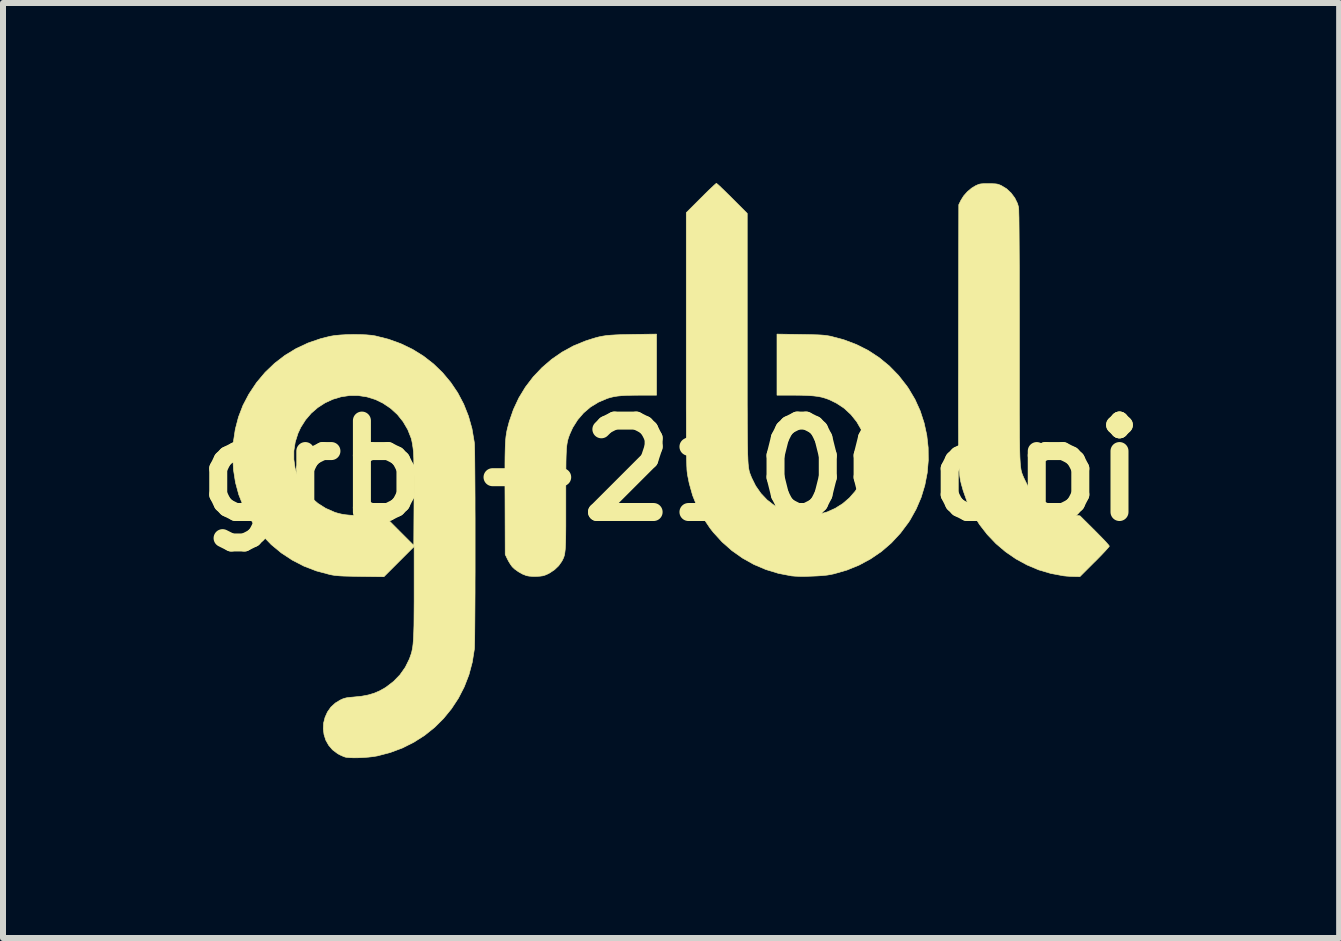
<source format=kicad_pcb>
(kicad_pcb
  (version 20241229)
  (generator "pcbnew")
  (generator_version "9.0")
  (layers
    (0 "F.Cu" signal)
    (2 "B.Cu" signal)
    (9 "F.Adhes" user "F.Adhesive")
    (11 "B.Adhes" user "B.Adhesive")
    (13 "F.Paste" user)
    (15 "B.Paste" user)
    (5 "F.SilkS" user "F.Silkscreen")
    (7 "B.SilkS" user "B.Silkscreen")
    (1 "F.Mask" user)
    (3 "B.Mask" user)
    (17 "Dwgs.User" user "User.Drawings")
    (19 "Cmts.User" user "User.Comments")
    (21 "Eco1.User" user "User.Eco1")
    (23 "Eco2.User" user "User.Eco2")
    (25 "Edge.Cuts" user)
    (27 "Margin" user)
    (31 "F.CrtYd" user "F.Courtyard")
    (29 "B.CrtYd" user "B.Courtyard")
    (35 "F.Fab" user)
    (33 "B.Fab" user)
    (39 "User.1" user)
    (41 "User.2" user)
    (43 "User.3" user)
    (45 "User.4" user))
  (footprint "grbl-2100dpi"
    (layer "F.Cu")
    (at 8.135 4.795)
    (property "Reference" "grbl-2100dpi" (at 0 0 0) (layer "F.SilkS") (effects (font (size 1.524 1.524) (thickness 0.3))))
    (attr through_hole)
    (fp_poly (pts (xy -0.242 -1.258) (xy -0.519 -1.258) (xy -0.64 -1.257) (xy -0.74 -1.255) (xy -0.823 -1.25) (xy -0.894 -1.243) (xy -0.955 -1.233) (xy -1.011 -1.22) (xy -1.066 -1.203) (xy -1.211 -1.141) (xy -1.342 -1.061) (xy -1.458 -0.962) (xy -1.557 -0.847) (xy -1.639 -0.717) (xy -1.682 -0.622) (xy -1.696 -0.588) (xy -1.707 -0.557) (xy -1.717 -0.526) (xy -1.725 -0.494) (xy -1.732 -0.458) (xy -1.738 -0.417) (xy -1.743 -0.369) (xy -1.746 -0.311) (xy -1.749 -0.243) (xy -1.751 -0.161) (xy -1.752 -0.065) (xy -1.753 0.048) (xy -1.754 0.18) (xy -1.754 0.332) (xy -1.754 0.482) (xy -1.754 0.652) (xy -1.754 0.799) (xy -1.754 0.925) (xy -1.755 1.033) (xy -1.756 1.125) (xy -1.758 1.201) (xy -1.761 1.264) (xy -1.764 1.315) (xy -1.769 1.357) (xy -1.774 1.392) (xy -1.781 1.421) (xy -1.789 1.446) (xy -1.799 1.468) (xy -1.81 1.491) (xy -1.823 1.514) (xy -1.873 1.585) (xy -1.941 1.65) (xy -2.021 1.704) (xy -2.053 1.721) (xy -2.099 1.741) (xy -2.14 1.753) (xy -2.185 1.759) (xy -2.244 1.762) (xy -2.308 1.762) (xy -2.366 1.758) (xy -2.409 1.75) (xy -2.475 1.724) (xy -2.544 1.685) (xy -2.607 1.64) (xy -2.646 1.603) (xy -2.674 1.565) (xy -2.704 1.517) (xy -2.726 1.476) (xy -2.764 1.397) (xy -2.767 0.478) (xy -2.768 0.296) (xy -2.768 0.136) (xy -2.768 -0.003) (xy -2.768 -0.124) (xy -2.767 -0.229) (xy -2.765 -0.319) (xy -2.763 -0.396) (xy -2.76 -0.462) (xy -2.756 -0.52) (xy -2.751 -0.57) (xy -2.744 -0.616) (xy -2.737 -0.658) (xy -2.728 -0.699) (xy -2.717 -0.741) (xy -2.705 -0.786) (xy -2.697 -0.817) (xy -2.627 -1.019) (xy -2.537 -1.212) (xy -2.427 -1.393) (xy -2.298 -1.562) (xy -2.152 -1.716) (xy -1.991 -1.855) (xy -1.816 -1.976) (xy -1.628 -2.079) (xy -1.429 -2.161) (xy -1.401 -2.17) (xy -1.327 -2.194) (xy -1.261 -2.214) (xy -1.2 -2.23) (xy -1.139 -2.242) (xy -1.075 -2.252) (xy -1.004 -2.258) (xy -0.923 -2.263) (xy -0.828 -2.267) (xy -0.714 -2.269) (xy -0.638 -2.271) (xy -0.242 -2.276) (xy -0.242 -1.258)) (stroke (width 0.01) (type solid)) (fill yes) (layer "F.SilkS"))
    (fp_poly (pts (xy 5.355 -4.783) (xy 5.401 -4.781) (xy 5.436 -4.777) (xy 5.465 -4.768) (xy 5.496 -4.756) (xy 5.506 -4.751) (xy 5.592 -4.699) (xy 5.668 -4.628) (xy 5.73 -4.545) (xy 5.775 -4.453) (xy 5.792 -4.393) (xy 5.794 -4.375) (xy 5.796 -4.341) (xy 5.797 -4.289) (xy 5.799 -4.219) (xy 5.8 -4.131) (xy 5.801 -4.023) (xy 5.802 -3.896) (xy 5.803 -3.749) (xy 5.804 -3.581) (xy 5.805 -3.392) (xy 5.805 -3.181) (xy 5.805 -2.948) (xy 5.806 -2.692) (xy 5.806 -2.413) (xy 5.806 -2.244) (xy 5.806 -1.975) (xy 5.806 -1.729) (xy 5.806 -1.505) (xy 5.806 -1.302) (xy 5.806 -1.118) (xy 5.806 -0.953) (xy 5.807 -0.806) (xy 5.808 -0.675) (xy 5.808 -0.559) (xy 5.81 -0.457) (xy 5.811 -0.369) (xy 5.813 -0.292) (xy 5.815 -0.226) (xy 5.818 -0.17) (xy 5.821 -0.122) (xy 5.824 -0.082) (xy 5.829 -0.048) (xy 5.833 -0.019) (xy 5.838 0.005) (xy 5.844 0.027) (xy 5.85 0.047) (xy 5.858 0.066) (xy 5.865 0.085) (xy 5.874 0.106) (xy 5.877 0.114) (xy 5.945 0.253) (xy 6.032 0.378) (xy 6.136 0.487) (xy 6.255 0.578) (xy 6.386 0.652) (xy 6.529 0.705) (xy 6.682 0.737) (xy 6.701 0.74) (xy 6.816 0.753) (xy 7.061 0.996) (xy 7.124 1.06) (xy 7.181 1.118) (xy 7.23 1.169) (xy 7.268 1.211) (xy 7.294 1.241) (xy 7.305 1.257) (xy 7.306 1.258) (xy 7.297 1.271) (xy 7.274 1.298) (xy 7.238 1.338) (xy 7.191 1.388) (xy 7.135 1.446) (xy 7.073 1.509) (xy 7.06 1.521) (xy 6.815 1.766) (xy 6.719 1.764) (xy 6.659 1.762) (xy 6.595 1.758) (xy 6.544 1.753) (xy 6.333 1.714) (xy 6.129 1.654) (xy 5.934 1.572) (xy 5.749 1.471) (xy 5.576 1.352) (xy 5.416 1.216) (xy 5.271 1.064) (xy 5.142 0.898) (xy 5.031 0.719) (xy 4.939 0.529) (xy 4.868 0.328) (xy 4.863 0.309) (xy 4.854 0.277) (xy 4.846 0.249) (xy 4.838 0.222) (xy 4.832 0.195) (xy 4.825 0.168) (xy 4.82 0.138) (xy 4.815 0.106) (xy 4.811 0.07) (xy 4.807 0.029) (xy 4.804 -0.018) (xy 4.801 -0.073) (xy 4.798 -0.136) (xy 4.796 -0.209) (xy 4.795 -0.293) (xy 4.793 -0.388) (xy 4.792 -0.497) (xy 4.792 -0.619) (xy 4.791 -0.757) (xy 4.791 -0.911) (xy 4.791 -1.083) (xy 4.791 -1.273) (xy 4.791 -1.482) (xy 4.792 -1.713) (xy 4.792 -1.965) (xy 4.792 -2.241) (xy 4.792 -2.25) (xy 4.796 -4.433) (xy 4.831 -4.505) (xy 4.877 -4.579) (xy 4.939 -4.649) (xy 5.01 -4.709) (xy 5.074 -4.748) (xy 5.107 -4.763) (xy 5.135 -4.774) (xy 5.165 -4.78) (xy 5.204 -4.783) (xy 5.257 -4.784) (xy 5.292 -4.784) (xy 5.355 -4.783)) (stroke (width 0.01) (type solid)) (fill yes) (layer "F.SilkS"))
    (fp_poly (pts (xy 0.767 -4.781) (xy 0.794 -4.758) (xy 0.832 -4.722) (xy 0.881 -4.675) (xy 0.938 -4.619) (xy 1.001 -4.557) (xy 1.019 -4.539) (xy 1.27 -4.288) (xy 1.27 -2.223) (xy 1.27 -1.956) (xy 1.27 -1.711) (xy 1.27 -1.488) (xy 1.27 -1.286) (xy 1.27 -1.104) (xy 1.271 -0.94) (xy 1.271 -0.794) (xy 1.272 -0.664) (xy 1.273 -0.55) (xy 1.274 -0.449) (xy 1.276 -0.361) (xy 1.277 -0.286) (xy 1.28 -0.221) (xy 1.282 -0.165) (xy 1.285 -0.118) (xy 1.289 -0.078) (xy 1.293 -0.045) (xy 1.298 -0.017) (xy 1.303 0.008) (xy 1.309 0.029) (xy 1.316 0.049) (xy 1.323 0.068) (xy 1.331 0.087) (xy 1.339 0.109) (xy 1.341 0.114) (xy 1.41 0.253) (xy 1.497 0.378) (xy 1.6 0.487) (xy 1.719 0.579) (xy 1.851 0.652) (xy 1.995 0.705) (xy 2.149 0.738) (xy 2.173 0.741) (xy 2.319 0.745) (xy 2.464 0.727) (xy 2.604 0.688) (xy 2.737 0.628) (xy 2.861 0.55) (xy 2.973 0.454) (xy 3.07 0.343) (xy 3.151 0.216) (xy 3.163 0.193) (xy 3.2 0.116) (xy 3.226 0.046) (xy 3.244 -0.023) (xy 3.254 -0.099) (xy 3.259 -0.187) (xy 3.26 -0.254) (xy 3.259 -0.33) (xy 3.257 -0.388) (xy 3.254 -0.433) (xy 3.248 -0.471) (xy 3.239 -0.508) (xy 3.231 -0.532) (xy 3.173 -0.68) (xy 3.095 -0.815) (xy 2.999 -0.935) (xy 2.887 -1.039) (xy 2.759 -1.124) (xy 2.634 -1.185) (xy 2.573 -1.207) (xy 2.511 -1.225) (xy 2.444 -1.238) (xy 2.368 -1.247) (xy 2.28 -1.253) (xy 2.176 -1.257) (xy 2.051 -1.258) (xy 1.766 -1.258) (xy 1.766 -2.276) (xy 2.156 -2.27) (xy 2.27 -2.268) (xy 2.362 -2.266) (xy 2.438 -2.264) (xy 2.499 -2.261) (xy 2.548 -2.257) (xy 2.591 -2.252) (xy 2.628 -2.246) (xy 2.661 -2.24) (xy 2.882 -2.181) (xy 3.091 -2.102) (xy 3.287 -2.003) (xy 3.47 -1.883) (xy 3.638 -1.745) (xy 3.791 -1.588) (xy 3.929 -1.412) (xy 3.958 -1.37) (xy 4.066 -1.188) (xy 4.153 -0.996) (xy 4.218 -0.796) (xy 4.263 -0.59) (xy 4.286 -0.382) (xy 4.288 -0.172) (xy 4.27 0.037) (xy 4.23 0.244) (xy 4.169 0.445) (xy 4.086 0.639) (xy 3.983 0.824) (xy 3.958 0.862) (xy 3.824 1.041) (xy 3.674 1.203) (xy 3.509 1.346) (xy 3.329 1.469) (xy 3.137 1.573) (xy 2.932 1.657) (xy 2.717 1.719) (xy 2.661 1.731) (xy 2.601 1.741) (xy 2.522 1.749) (xy 2.432 1.755) (xy 2.335 1.759) (xy 2.239 1.762) (xy 2.148 1.762) (xy 2.069 1.759) (xy 2.009 1.754) (xy 2.008 1.754) (xy 1.79 1.712) (xy 1.58 1.648) (xy 1.38 1.563) (xy 1.191 1.457) (xy 1.014 1.332) (xy 0.851 1.188) (xy 0.704 1.027) (xy 0.653 0.962) (xy 0.534 0.785) (xy 0.436 0.603) (xy 0.36 0.413) (xy 0.303 0.21) (xy 0.278 0.086) (xy 0.275 0.069) (xy 0.272 0.051) (xy 0.27 0.031) (xy 0.267 0.009) (xy 0.265 -0.018) (xy 0.264 -0.048) (xy 0.262 -0.085) (xy 0.261 -0.13) (xy 0.259 -0.182) (xy 0.258 -0.244) (xy 0.257 -0.316) (xy 0.257 -0.4) (xy 0.256 -0.496) (xy 0.255 -0.607) (xy 0.255 -0.732) (xy 0.255 -0.874) (xy 0.254 -1.032) (xy 0.254 -1.21) (xy 0.254 -1.406) (xy 0.254 -1.623) (xy 0.254 -1.862) (xy 0.254 -2.124) (xy 0.254 -4.3) (xy 0.499 -4.545) (xy 0.562 -4.608) (xy 0.62 -4.665) (xy 0.671 -4.713) (xy 0.712 -4.752) (xy 0.741 -4.778) (xy 0.755 -4.789) (xy 0.756 -4.79) (xy 0.767 -4.781)) (stroke (width 0.01) (type solid)) (fill yes) (layer "F.SilkS"))
    (fp_poly (pts (xy -5.186 -2.268) (xy -5.082 -2.264) (xy -4.991 -2.256) (xy -4.929 -2.246) (xy -4.71 -2.191) (xy -4.503 -2.116) (xy -4.308 -2.022) (xy -4.126 -1.909) (xy -3.959 -1.779) (xy -3.808 -1.633) (xy -3.673 -1.472) (xy -3.555 -1.297) (xy -3.456 -1.109) (xy -3.377 -0.91) (xy -3.318 -0.7) (xy -3.281 -0.481) (xy -3.278 -0.458) (xy -3.276 -0.429) (xy -3.275 -0.378) (xy -3.273 -0.307) (xy -3.272 -0.216) (xy -3.271 -0.109) (xy -3.27 0.014) (xy -3.269 0.15) (xy -3.268 0.298) (xy -3.267 0.456) (xy -3.267 0.622) (xy -3.266 0.795) (xy -3.266 0.972) (xy -3.266 1.152) (xy -3.266 1.333) (xy -3.266 1.513) (xy -3.266 1.691) (xy -3.267 1.864) (xy -3.267 2.031) (xy -3.268 2.191) (xy -3.269 2.341) (xy -3.27 2.479) (xy -3.271 2.604) (xy -3.272 2.715) (xy -3.273 2.808) (xy -3.275 2.883) (xy -3.276 2.938) (xy -3.278 2.97) (xy -3.278 2.973) (xy -3.313 3.193) (xy -3.369 3.403) (xy -3.447 3.604) (xy -3.544 3.793) (xy -3.66 3.969) (xy -3.793 4.132) (xy -3.942 4.28) (xy -4.107 4.412) (xy -4.286 4.526) (xy -4.479 4.623) (xy -4.683 4.699) (xy -4.898 4.755) (xy -4.899 4.755) (xy -4.966 4.766) (xy -5.044 4.775) (xy -5.128 4.781) (xy -5.212 4.785) (xy -5.291 4.786) (xy -5.36 4.783) (xy -5.413 4.778) (xy -5.433 4.774) (xy -5.474 4.758) (xy -5.524 4.735) (xy -5.558 4.716) (xy -5.642 4.653) (xy -5.707 4.577) (xy -5.755 4.491) (xy -5.784 4.399) (xy -5.796 4.303) (xy -5.791 4.206) (xy -5.767 4.112) (xy -5.727 4.023) (xy -5.67 3.942) (xy -5.595 3.873) (xy -5.514 3.824) (xy -5.476 3.806) (xy -5.441 3.794) (xy -5.403 3.785) (xy -5.353 3.779) (xy -5.288 3.773) (xy -5.159 3.76) (xy -5.048 3.739) (xy -4.949 3.71) (xy -4.856 3.67) (xy -4.764 3.618) (xy -4.75 3.609) (xy -4.626 3.514) (xy -4.519 3.404) (xy -4.43 3.278) (xy -4.361 3.139) (xy -4.332 3.056) (xy -4.322 3.022) (xy -4.314 2.984) (xy -4.306 2.94) (xy -4.3 2.89) (xy -4.295 2.831) (xy -4.291 2.76) (xy -4.288 2.678) (xy -4.285 2.58) (xy -4.284 2.466) (xy -4.283 2.334) (xy -4.282 2.181) (xy -4.282 2.006) (xy -4.282 1.99) (xy -4.282 1.264) (xy -4.534 1.516) (xy -4.786 1.768) (xy -5.178 1.763) (xy -5.29 1.761) (xy -5.381 1.759) (xy -5.455 1.757) (xy -5.515 1.754) (xy -5.563 1.75) (xy -5.604 1.746) (xy -5.642 1.74) (xy -5.678 1.733) (xy -5.691 1.73) (xy -5.912 1.671) (xy -6.12 1.591) (xy -6.315 1.49) (xy -6.496 1.371) (xy -6.664 1.232) (xy -6.816 1.075) (xy -6.907 0.962) (xy -7.029 0.78) (xy -7.129 0.593) (xy -7.205 0.4) (xy -7.26 0.197) (xy -7.293 -0.014) (xy -7.303 -0.186) (xy -6.287 -0.186) (xy -6.267 -0.044) (xy -6.226 0.093) (xy -6.167 0.223) (xy -6.089 0.343) (xy -5.995 0.452) (xy -5.884 0.547) (xy -5.758 0.627) (xy -5.617 0.689) (xy -5.602 0.695) (xy -5.546 0.712) (xy -5.49 0.725) (xy -5.428 0.735) (xy -5.357 0.742) (xy -5.272 0.747) (xy -5.172 0.749) (xy -5.058 0.75) (xy -4.783 0.75) (xy -4.536 0.998) (xy -4.288 1.246) (xy -4.284 0.535) (xy -4.284 0.383) (xy -4.284 0.239) (xy -4.284 0.107) (xy -4.285 -0.012) (xy -4.287 -0.116) (xy -4.288 -0.202) (xy -4.291 -0.269) (xy -4.293 -0.313) (xy -4.293 -0.316) (xy -4.301 -0.382) (xy -4.311 -0.45) (xy -4.323 -0.509) (xy -4.331 -0.54) (xy -4.388 -0.684) (xy -4.466 -0.817) (xy -4.561 -0.936) (xy -4.674 -1.039) (xy -4.802 -1.125) (xy -4.928 -1.186) (xy -5.07 -1.23) (xy -5.214 -1.252) (xy -5.359 -1.252) (xy -5.5 -1.231) (xy -5.637 -1.19) (xy -5.767 -1.13) (xy -5.888 -1.052) (xy -5.997 -0.958) (xy -6.092 -0.847) (xy -6.172 -0.721) (xy -6.218 -0.622) (xy -6.264 -0.477) (xy -6.287 -0.331) (xy -6.287 -0.186) (xy -7.303 -0.186) (xy -7.305 -0.237) (xy -7.306 -0.254) (xy -7.295 -0.478) (xy -7.263 -0.69) (xy -7.21 -0.893) (xy -7.135 -1.088) (xy -7.037 -1.275) (xy -6.916 -1.457) (xy -6.907 -1.47) (xy -6.765 -1.639) (xy -6.607 -1.79) (xy -6.435 -1.922) (xy -6.249 -2.035) (xy -6.05 -2.128) (xy -5.837 -2.201) (xy -5.685 -2.239) (xy -5.608 -2.252) (xy -5.514 -2.261) (xy -5.409 -2.267) (xy -5.297 -2.269) (xy -5.186 -2.268)) (stroke (width 0.01) (type solid)) (fill yes) (layer "F.SilkS")))
  (gr_rect
    (start -3 -3)
    (end 19.271 12.585)
    (stroke (width 0.1) (type default))
    (fill no)
    (layer "Edge.Cuts")))
</source>
